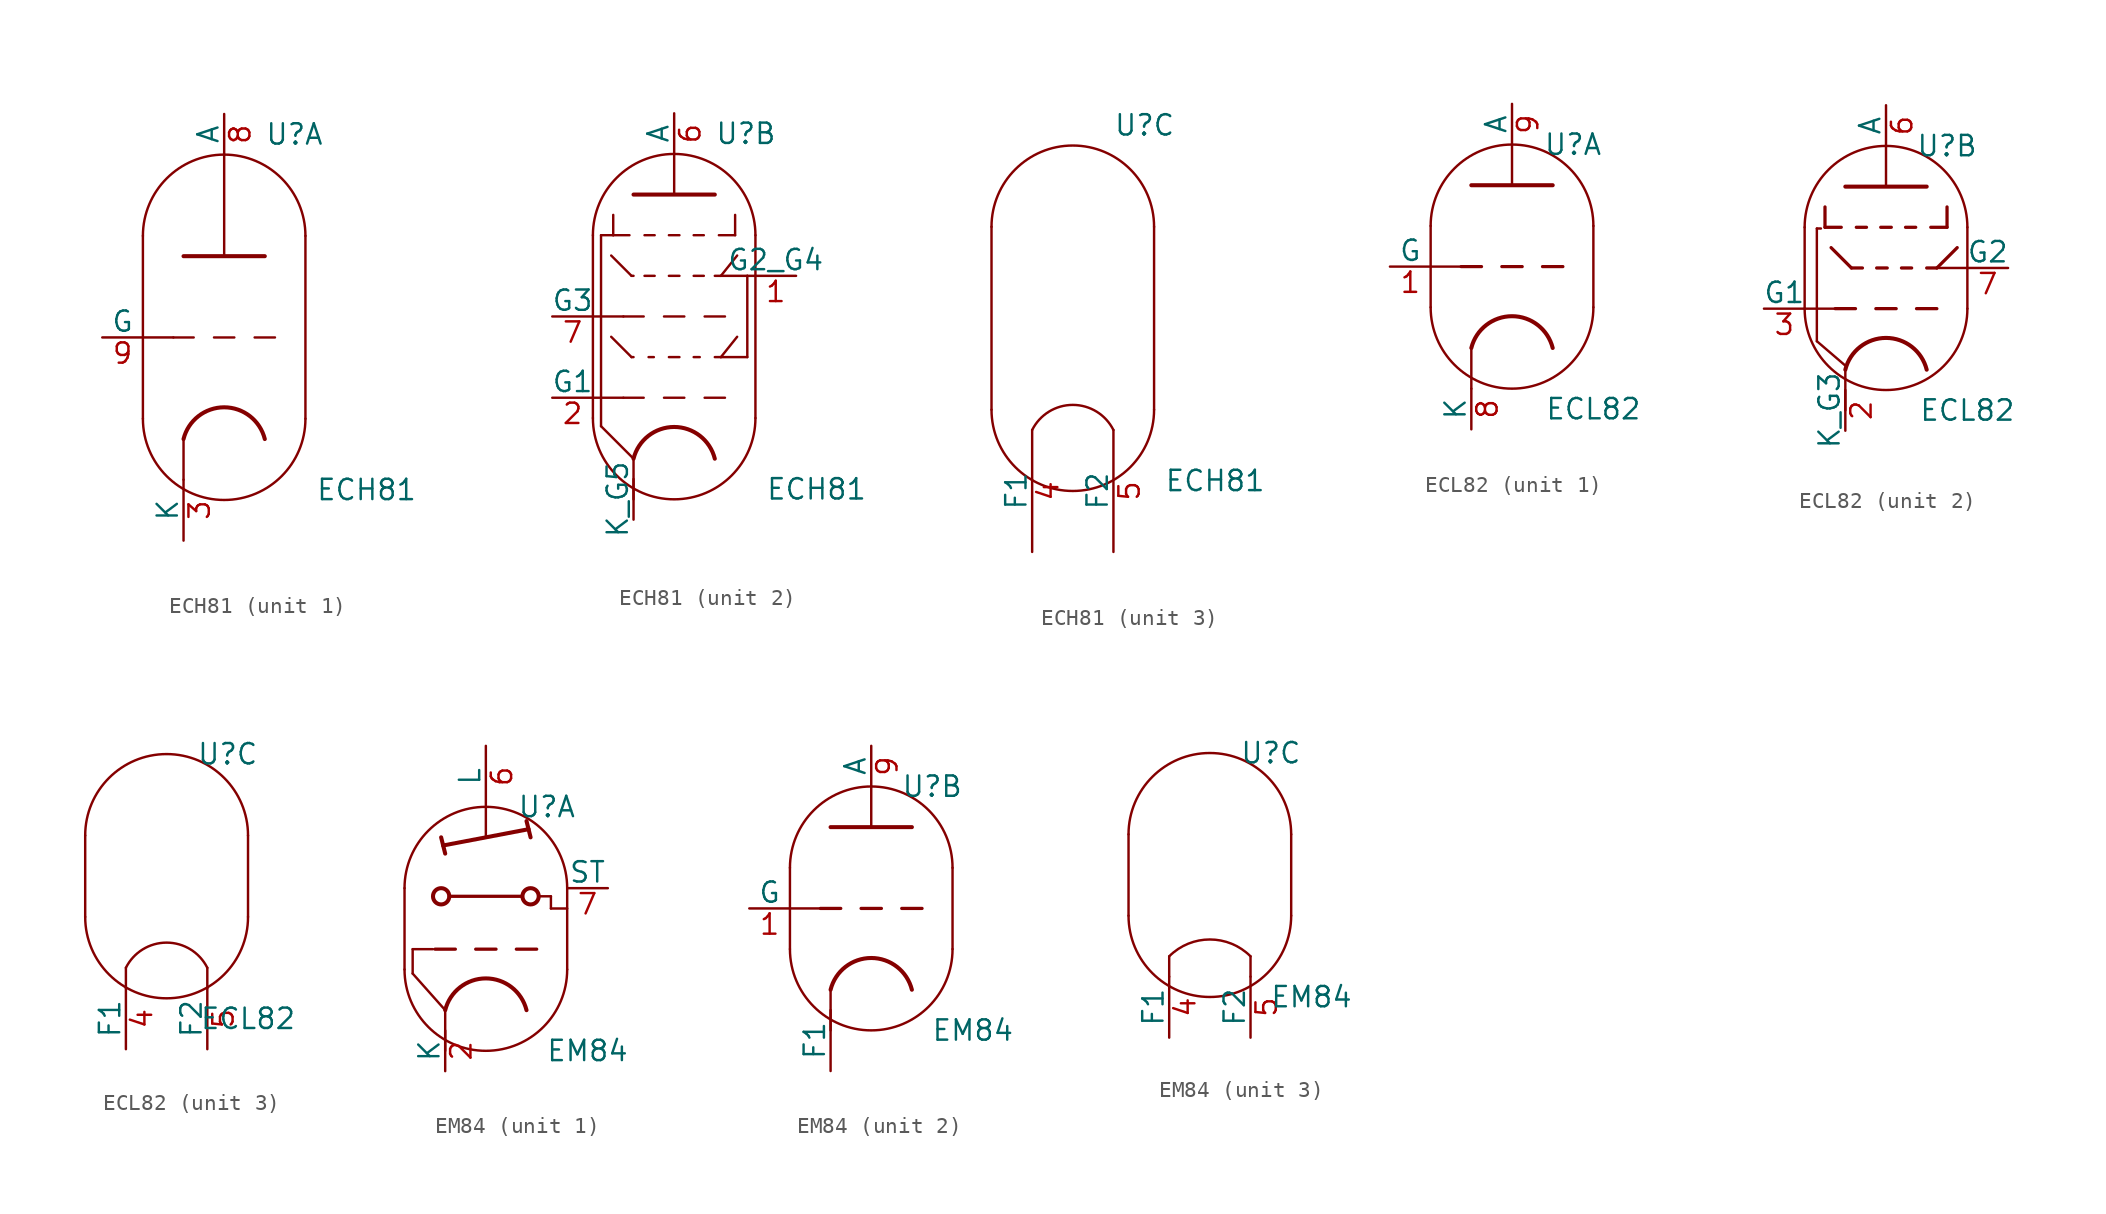
<source format=kicad_sym>
(kicad_symbol_lib
  (version 20201005)
  (generator kicad_symbol_editor)
  (symbol "ECH81"
    (pin_names
      (offset 0))
    (property "Reference" "U"
      (at 2.54 12.7 0)
      (effects (font (size 1.27 1.27)) (justify left)))
    (property "Value" "ECH81"
      (at 5.715 -9.525 0)
      (effects (font (size 1.27 1.27)) (justify left)))
    (property "ki_locked" ""
      (at 0 0 0)
      (effects (font (size 1.27 1.27))))
    (symbol "ECH81_0_1"
      (arc (start -5.08 -5.08) (end 5.08 -5.08) (radius (at 0 -5.08) (length 5.08) (angles -179.9 -0.1)) (stroke (width 0)) (fill (type none)))
      (arc (start 5.08 6.35) (end -5.08 6.35) (radius (at 0 6.35) (length 5.08) (angles 0.1 179.9)) (stroke (width 0)) (fill (type none)))
      (polyline (pts (xy -5.08 6.35) (xy -5.08 -5.08) (xy -5.08 -5.08)) (stroke (width 0)) (fill (type none)))
      (polyline (pts (xy 5.08 6.35) (xy 5.08 -5.08) (xy 5.08 -5.08)) (stroke (width 0)) (fill (type none))))
    (symbol "ECH81_1_0"
      (polyline (pts (xy -2.54 -6.35) (xy -2.54 -8.89)) (stroke (width 0)) (fill (type none))))
    (symbol "ECH81_1_1"
      (arc (start 2.54 -6.35) (end -2.54 -6.35) (radius (at 0 -6.985) (length 2.6162) (angles 14.2 165.9)) (stroke (width 0.254)) (fill (type none)))
      (polyline (pts (xy -5.08 0) (xy -3.175 0)) (stroke (width 0)) (fill (type none)))
      (polyline (pts (xy -1.905 0) (xy -3.175 0)) (stroke (width 0.152)) (fill (type none)))
      (polyline (pts (xy -0.635 0) (xy 0.635 0)) (stroke (width 0.152)) (fill (type none)))
      (polyline (pts (xy 1.905 0) (xy 3.175 0)) (stroke (width 0.152)) (fill (type none)))
      (polyline (pts (xy -2.54 5.08) (xy 2.54 5.08) (xy 2.54 5.08)) (stroke (width 0.254)) (fill (type none)))
      (polyline (pts (xy 0 5.08) (xy 0 11.43) (xy 0 11.43)) (stroke (width 0)) (fill (type none)))
      (pin bidirectional line (at -2.54 -12.7 90) (length 3.81) (name "K" (effects (font (size 1.27 1.27)))) (number "3" (effects (font (size 1.27 1.27)))))
      (pin output line (at 0 13.97 270) (length 2.54) (name "A" (effects (font (size 1.27 1.27)))) (number "8" (effects (font (size 1.27 1.27)))))
      (pin input line (at -7.62 0 0) (length 2.54) (name "G" (effects (font (size 1.27 1.27)))) (number "9" (effects (font (size 1.27 1.27))))))
    (symbol "ECH81_2_0"
      (polyline (pts (xy -5.08 -3.81) (xy -3.175 -3.81)) (stroke (width 0)) (fill (type none)))
      (polyline (pts (xy -5.08 1.27) (xy -3.175 1.27)) (stroke (width 0)) (fill (type none)))
      (polyline (pts (xy -2.54 -7.62) (xy -2.54 -10.16)) (stroke (width 0)) (fill (type none)))
      (polyline (pts (xy 0 8.89) (xy 0 11.43)) (stroke (width 0)) (fill (type none)))
      (polyline (pts (xy 4.572 3.81) (xy 5.08 3.81)) (stroke (width 0)) (fill (type none))))
    (symbol "ECH81_2_1"
      (arc (start 2.54 -7.62) (end -2.54 -7.62) (radius (at 0 -8.255) (length 2.6162) (angles 14.2 165.9)) (stroke (width 0.254)) (fill (type none)))
      (polyline (pts (xy -4.572 -5.588) (xy -2.54 -7.62)) (stroke (width 0.152)) (fill (type none)))
      (polyline (pts (xy -4.572 6.35) (xy -4.572 -5.588)) (stroke (width 0.152)) (fill (type none)))
      (polyline (pts (xy -3.937 0) (xy -2.667 -1.27)) (stroke (width 0.152)) (fill (type none)))
      (polyline (pts (xy -3.937 5.08) (xy -2.667 3.81)) (stroke (width 0.152)) (fill (type none)))
      (polyline (pts (xy -3.81 6.35) (xy -4.572 6.35)) (stroke (width 0.152)) (fill (type none)))
      (polyline (pts (xy -3.81 6.35) (xy -2.794 6.35)) (stroke (width 0.152)) (fill (type none)))
      (polyline (pts (xy -3.81 7.62) (xy -3.81 6.35)) (stroke (width 0.152)) (fill (type none)))
      (polyline (pts (xy -2.667 -1.27) (xy -2.54 -1.27)) (stroke (width 0.152)) (fill (type none)))
      (polyline (pts (xy -2.667 3.81) (xy -2.54 3.81)) (stroke (width 0.152)) (fill (type none)))
      (polyline (pts (xy -1.905 -3.81) (xy -3.175 -3.81)) (stroke (width 0.152)) (fill (type none)))
      (polyline (pts (xy -1.905 1.27) (xy -3.175 1.27)) (stroke (width 0.152)) (fill (type none)))
      (polyline (pts (xy -1.854 3.81) (xy -1.219 3.81)) (stroke (width 0.152)) (fill (type none)))
      (polyline (pts (xy -1.854 6.35) (xy -1.219 6.35)) (stroke (width 0.152)) (fill (type none)))
      (polyline (pts (xy -1.27 -1.27) (xy -1.6 -1.27)) (stroke (width 0.152)) (fill (type none)))
      (polyline (pts (xy -0.635 -3.81) (xy 0.635 -3.81)) (stroke (width 0.152)) (fill (type none)))
      (polyline (pts (xy -0.635 1.27) (xy 0.635 1.27)) (stroke (width 0.152)) (fill (type none)))
      (polyline (pts (xy -0.33 -1.27) (xy 0.33 -1.27)) (stroke (width 0.152)) (fill (type none)))
      (polyline (pts (xy -0.33 3.81) (xy 0.33 3.81)) (stroke (width 0.152)) (fill (type none)))
      (polyline (pts (xy -0.33 6.35) (xy 0.33 6.35)) (stroke (width 0.152)) (fill (type none)))
      (polyline (pts (xy 1.219 -1.27) (xy 1.6 -1.27)) (stroke (width 0.152)) (fill (type none)))
      (polyline (pts (xy 1.219 3.81) (xy 1.854 3.81)) (stroke (width 0.152)) (fill (type none)))
      (polyline (pts (xy 1.219 6.35) (xy 1.854 6.35)) (stroke (width 0.152)) (fill (type none)))
      (polyline (pts (xy 1.905 -3.81) (xy 3.175 -3.81)) (stroke (width 0.152)) (fill (type none)))
      (polyline (pts (xy 1.905 1.27) (xy 3.175 1.27)) (stroke (width 0.152)) (fill (type none)))
      (polyline (pts (xy 2.54 -1.27) (xy 2.921 -1.27)) (stroke (width 0.152)) (fill (type none)))
      (polyline (pts (xy 2.54 3.81) (xy 2.921 3.81)) (stroke (width 0.152)) (fill (type none)))
      (polyline (pts (xy 2.921 3.81) (xy 4.572 3.81)) (stroke (width 0)) (fill (type none)))
      (polyline (pts (xy 3.81 6.35) (xy 2.794 6.35)) (stroke (width 0.152)) (fill (type none)))
      (polyline (pts (xy 3.81 7.62) (xy 3.81 6.35)) (stroke (width 0.152)) (fill (type none)))
      (polyline (pts (xy 3.937 0) (xy 2.921 -1.27)) (stroke (width 0.152)) (fill (type none)))
      (polyline (pts (xy 3.937 5.08) (xy 2.921 3.81)) (stroke (width 0.152)) (fill (type none)))
      (polyline (pts (xy 4.572 -1.27) (xy 2.921 -1.27)) (stroke (width 0)) (fill (type none)))
      (polyline (pts (xy 4.572 3.81) (xy 4.572 -1.27)) (stroke (width 0)) (fill (type none)))
      (polyline (pts (xy -2.54 8.89) (xy 2.54 8.89) (xy 2.54 8.89) (xy 2.54 8.89)) (stroke (width 0.254)) (fill (type none)))
      (pin input line (at 7.62 3.81 180) (length 2.54) (name "G2_G4" (effects (font (size 1.27 1.27)))) (number "1" (effects (font (size 1.27 1.27)))))
      (pin input line (at -7.62 -3.81 0) (length 2.54) (name "G1" (effects (font (size 1.27 1.27)))) (number "2" (effects (font (size 1.27 1.27)))))
      (pin output line (at 0 13.97 270) (length 2.54) (name "A" (effects (font (size 1.27 1.27)))) (number "6" (effects (font (size 1.27 1.27)))))
      (pin input line (at -7.62 1.27 0) (length 2.54) (name "G3" (effects (font (size 1.27 1.27)))) (number "7" (effects (font (size 1.27 1.27)))))
      (pin bidirectional line (at -2.54 -11.43 90) (length 2.54) (name "K_G5" (effects (font (size 1.27 1.27)))) (number "~" (effects (font (size 1.27 1.27))))))
    (symbol "ECH81_3_1"
      (arc (start 2.54 -6.35) (end -2.54 -6.35) (radius (at 0 -7.62) (length 2.8194) (angles 26.5 153.4)) (stroke (width 0)) (fill (type none)))
      (pin power_in line (at -2.54 -13.97 90) (length 7.62) (name "F1" (effects (font (size 1.27 1.27)))) (number "4" (effects (font (size 1.27 1.27)))))
      (pin power_in line (at 2.54 -13.97 90) (length 7.62) (name "F2" (effects (font (size 1.27 1.27)))) (number "5" (effects (font (size 1.27 1.27)))))))
  (symbol "ECL82"
    (pin_names
      (offset 0))
    (property "Reference" "U"
      (at 3.81 7.62 0)
      (effects (font (size 1.27 1.27))))
    (property "Value" "ECL82"
      (at 5.08 -8.89 0)
      (effects (font (size 1.27 1.27))))
    (property "ki_locked" ""
      (at 0 0 0)
      (effects (font (size 1.27 1.27))))
    (symbol "ECL82_0_1"
      (arc (start -5.08 -2.54) (end 5.08 -2.54) (radius (at 0 -2.54) (length 5.08) (angles -179.9 -0.1)) (stroke (width 0)) (fill (type none)))
      (arc (start 5.08 2.54) (end -5.08 2.54) (radius (at 0 2.54) (length 5.08) (angles 0.1 179.9)) (stroke (width 0)) (fill (type none)))
      (polyline (pts (xy 5.08 2.54) (xy 5.08 -2.54)) (stroke (width 0)) (fill (type none)))
      (polyline (pts (xy -5.08 2.54) (xy -5.08 -2.54) (xy -5.08 -2.54) (xy -5.08 -2.54)) (stroke (width 0)) (fill (type none))))
    (symbol "ECL82_1_0"
      (polyline (pts (xy -2.54 -5.08) (xy -2.54 -7.62)) (stroke (width 0)) (fill (type none))))
    (symbol "ECL82_1_1"
      (arc (start 2.54 -5.08) (end -2.54 -5.08) (radius (at 0 -5.715) (length 2.6162) (angles 14.2 165.9)) (stroke (width 0.254)) (fill (type none)))
      (polyline (pts (xy -5.08 0) (xy -3.175 0)) (stroke (width 0)) (fill (type none)))
      (polyline (pts (xy -1.905 0) (xy -3.175 0)) (stroke (width 0.203)) (fill (type none)))
      (polyline (pts (xy -0.635 0) (xy 0.635 0)) (stroke (width 0.203)) (fill (type none)))
      (polyline (pts (xy 0 5.08) (xy 0 7.62)) (stroke (width 0)) (fill (type none)))
      (polyline (pts (xy 1.905 0) (xy 3.175 0)) (stroke (width 0.203)) (fill (type none)))
      (polyline (pts (xy -2.54 5.08) (xy 2.54 5.08) (xy 2.54 5.08)) (stroke (width 0.254)) (fill (type none)))
      (pin input line (at -7.62 0 0) (length 2.54) (name "G" (effects (font (size 1.27 1.27)))) (number "1" (effects (font (size 1.27 1.27)))))
      (pin bidirectional line (at -2.54 -10.16 90) (length 2.54) (name "K" (effects (font (size 1.27 1.27)))) (number "8" (effects (font (size 1.27 1.27)))))
      (pin output line (at 0 10.16 270) (length 2.54) (name "A" (effects (font (size 1.27 1.27)))) (number "9" (effects (font (size 1.27 1.27))))))
    (symbol "ECL82_2_0"
      (polyline (pts (xy -2.54 -6.35) (xy -2.54 -8.89)) (stroke (width 0)) (fill (type none)))
      (polyline (pts (xy 0 5.08) (xy 0 7.62)) (stroke (width 0)) (fill (type none)))
      (polyline (pts (xy 2.54 0) (xy 3.175 0)) (stroke (width 0.203)) (fill (type none)))
      (polyline (pts (xy 4.445 1.27) (xy 3.175 0)) (stroke (width 0.203)) (fill (type none))))
    (symbol "ECL82_2_1"
      (arc (start 2.54 -6.35) (end -2.54 -6.35) (radius (at 0 -6.985) (length 2.6162) (angles 14.2 165.9)) (stroke (width 0.254)) (fill (type none)))
      (polyline (pts (xy -5.08 -2.54) (xy -3.175 -2.54)) (stroke (width 0)) (fill (type none)))
      (polyline (pts (xy -4.318 -4.572) (xy -4.318 2.464)) (stroke (width 0.152)) (fill (type none)))
      (polyline (pts (xy -4.318 -4.572) (xy -2.54 -6.096)) (stroke (width 0.152)) (fill (type none)))
      (polyline (pts (xy -4.064 2.464) (xy -4.318 2.464)) (stroke (width 0.152)) (fill (type none)))
      (polyline (pts (xy -3.81 2.54) (xy -2.794 2.54)) (stroke (width 0.203)) (fill (type none)))
      (polyline (pts (xy -3.81 3.81) (xy -3.81 2.54)) (stroke (width 0.203)) (fill (type none)))
      (polyline (pts (xy -3.429 1.27) (xy -2.159 0)) (stroke (width 0.203)) (fill (type none)))
      (polyline (pts (xy -2.159 0) (xy -1.473 0)) (stroke (width 0.203)) (fill (type none)))
      (polyline (pts (xy -1.905 -2.54) (xy -3.175 -2.54)) (stroke (width 0.203)) (fill (type none)))
      (polyline (pts (xy -1.854 2.54) (xy -1.219 2.54)) (stroke (width 0.203)) (fill (type none)))
      (polyline (pts (xy -0.635 -2.54) (xy 0.635 -2.54)) (stroke (width 0.203)) (fill (type none)))
      (polyline (pts (xy -0.584 0) (xy 0.076 0)) (stroke (width 0.203)) (fill (type none)))
      (polyline (pts (xy -0.33 2.54) (xy 0.33 2.54)) (stroke (width 0.203)) (fill (type none)))
      (polyline (pts (xy 0.965 0) (xy 1.6 0)) (stroke (width 0.203)) (fill (type none)))
      (polyline (pts (xy 1.219 2.54) (xy 1.854 2.54)) (stroke (width 0.203)) (fill (type none)))
      (polyline (pts (xy 1.905 -2.54) (xy 3.175 -2.54)) (stroke (width 0.203)) (fill (type none)))
      (polyline (pts (xy 3.175 0) (xy 5.08 0)) (stroke (width 0)) (fill (type none)))
      (polyline (pts (xy 3.81 2.54) (xy 2.794 2.54)) (stroke (width 0.203)) (fill (type none)))
      (polyline (pts (xy 3.81 3.81) (xy 3.81 2.54)) (stroke (width 0.203)) (fill (type none)))
      (polyline (pts (xy -2.54 5.08) (xy 2.54 5.08) (xy 2.54 5.08)) (stroke (width 0.254)) (fill (type none)))
      (pin bidirectional line (at -2.54 -10.16 90) (length 2.54) (name "K_G3" (effects (font (size 1.27 1.27)))) (number "2" (effects (font (size 1.27 1.27)))))
      (pin input line (at -7.62 -2.54 0) (length 2.54) (name "G1" (effects (font (size 1.27 1.27)))) (number "3" (effects (font (size 1.27 1.27)))))
      (pin output line (at 0 10.16 270) (length 2.54) (name "A" (effects (font (size 1.27 1.27)))) (number "6" (effects (font (size 1.27 1.27)))))
      (pin input line (at 7.62 0 180) (length 2.54) (name "G2" (effects (font (size 1.27 1.27)))) (number "7" (effects (font (size 1.27 1.27))))))
    (symbol "ECL82_3_1"
      (arc (start 2.54 -5.715) (end -2.54 -5.715) (radius (at 0 -6.985) (length 2.8194) (angles 26.5 153.4)) (stroke (width 0)) (fill (type none)))
      (polyline (pts (xy -2.54 -6.985) (xy -2.54 -5.715) (xy -2.54 -5.715)) (stroke (width 0)) (fill (type none)))
      (polyline (pts (xy 2.54 -6.985) (xy 2.54 -5.715) (xy 2.54 -5.715) (xy 2.54 -5.715)) (stroke (width 0)) (fill (type none)))
      (pin power_in line (at -2.54 -10.795 90) (length 3.81) (name "F1" (effects (font (size 1.27 1.27)))) (number "4" (effects (font (size 1.27 1.27)))))
      (pin power_in line (at 2.54 -10.795 90) (length 3.81) (name "F2" (effects (font (size 1.27 1.27)))) (number "5" (effects (font (size 1.27 1.27)))))))
  (symbol "EM84"
    (pin_names
      (offset 0))
    (property "Reference" "U"
      (at 3.81 7.62 0)
      (effects (font (size 1.27 1.27))))
    (property "Value" "EM84"
      (at 6.35 -7.62 0)
      (effects (font (size 1.27 1.27))))
    (property "ki_locked" ""
      (at 0 0 0)
      (effects (font (size 1.27 1.27))))
    (symbol "EM84_0_1"
      (arc (start -5.08 -2.54) (end 5.08 -2.54) (radius (at 0 -2.54) (length 5.08) (angles -179.9 -0.1)) (stroke (width 0)) (fill (type none)))
      (arc (start 5.08 2.54) (end -5.08 2.54) (radius (at 0 2.54) (length 5.08) (angles 0.1 179.9)) (stroke (width 0)) (fill (type none)))
      (polyline (pts (xy 5.08 2.54) (xy 5.08 -2.54)) (stroke (width 0)) (fill (type none)))
      (polyline (pts (xy -5.08 2.54) (xy -5.08 -2.54) (xy -5.08 -2.54)) (stroke (width 0)) (fill (type none))))
    (symbol "EM84_1_0"
      (polyline (pts (xy -2.54 -5.08) (xy -2.54 -7.62)) (stroke (width 0)) (fill (type none))))
    (symbol "EM84_1_1"
      (arc (start 2.54 -5.08) (end -2.54 -5.08) (radius (at 0 -5.715) (length 2.6162) (angles 14.2 165.9)) (stroke (width 0.254)) (fill (type none)))
      (circle (center -2.794 2.032) (radius 0.508) (stroke (width 0.254)) (fill (type none)))
      (circle (center 2.794 2.032) (radius 0.508) (stroke (width 0.254)) (fill (type none)))
      (polyline (pts (xy -4.572 -2.794) (xy -2.54 -5.08)) (stroke (width 0)) (fill (type none)))
      (polyline (pts (xy -4.572 -1.27) (xy -4.572 -2.794)) (stroke (width 0)) (fill (type none)))
      (polyline (pts (xy -3.302 -1.27) (xy -4.572 -1.27)) (stroke (width 0)) (fill (type none)))
      (polyline (pts (xy -2.794 5.715) (xy -2.54 4.699)) (stroke (width 0.254)) (fill (type none)))
      (polyline (pts (xy -2.286 2.032) (xy 2.286 2.032)) (stroke (width 0.203)) (fill (type none)))
      (polyline (pts (xy -1.905 -1.27) (xy -3.175 -1.27)) (stroke (width 0.203)) (fill (type none)))
      (polyline (pts (xy -0.635 -1.27) (xy 0.635 -1.27)) (stroke (width 0.203)) (fill (type none)))
      (polyline (pts (xy 1.905 -1.27) (xy 3.175 -1.27)) (stroke (width 0.203)) (fill (type none)))
      (polyline (pts (xy 2.54 6.731) (xy 2.794 5.715)) (stroke (width 0.254)) (fill (type none)))
      (polyline (pts (xy 3.302 2.032) (xy 4.064 2.032)) (stroke (width 0)) (fill (type none)))
      (polyline (pts (xy 4.064 1.27) (xy 5.08 1.27)) (stroke (width 0)) (fill (type none)))
      (polyline (pts (xy 4.064 2.032) (xy 4.064 1.27)) (stroke (width 0)) (fill (type none)))
      (polyline (pts (xy -2.667 5.207) (xy 2.667 6.223) (xy 2.667 6.223)) (stroke (width 0.254)) (fill (type none)))
      (polyline (pts (xy 0 7.62) (xy 0 5.715) (xy 0 5.715)) (stroke (width 0)) (fill (type none)))
      (pin bidirectional line (at -2.54 -8.89 90) (length 2.54) (name "K" (effects (font (size 1.27 1.27)))) (number "2" (effects (font (size 1.27 1.27)))))
      (pin output line (at 0 11.43 270) (length 3.81) (name "L" (effects (font (size 1.27 1.27)))) (number "6" (effects (font (size 1.27 1.27)))))
      (pin input line (at 7.62 2.54 180) (length 2.54) (name "ST" (effects (font (size 1.27 1.27)))) (number "7" (effects (font (size 1.27 1.27))))))
    (symbol "EM84_2_0"
      (polyline (pts (xy -2.54 -5.08) (xy -2.54 -7.62)) (stroke (width 0)) (fill (type none)))
      (polyline (pts (xy -0.635 0) (xy 0.635 0)) (stroke (width 0.203)) (fill (type none)))
      (polyline (pts (xy 1.905 0) (xy 3.175 0)) (stroke (width 0.203)) (fill (type none))))
    (symbol "EM84_2_1"
      (arc (start 2.54 -5.08) (end -2.54 -5.08) (radius (at 0 -5.715) (length 2.6162) (angles 14.2 165.9)) (stroke (width 0.254)) (fill (type none)))
      (polyline (pts (xy -5.08 0) (xy -3.175 0)) (stroke (width 0)) (fill (type none)))
      (polyline (pts (xy -1.905 0) (xy -3.175 0)) (stroke (width 0.203)) (fill (type none)))
      (polyline (pts (xy 0 5.08) (xy 0 7.62)) (stroke (width 0)) (fill (type none)))
      (polyline (pts (xy 1.778 5.08) (xy 1.778 5.08)) (stroke (width 0)) (fill (type none)))
      (polyline (pts (xy -2.54 5.08) (xy 2.54 5.08) (xy 2.54 5.08)) (stroke (width 0.254)) (fill (type none)))
      (pin input line (at -7.62 0 0) (length 2.54) (name "G" (effects (font (size 1.27 1.27)))) (number "1" (effects (font (size 1.27 1.27)))))
      (pin output line (at 0 10.16 270) (length 2.54) (name "A" (effects (font (size 1.27 1.27)))) (number "9" (effects (font (size 1.27 1.27)))))
      (pin power_in line (at -2.54 -10.16 90) (length 3.81) (name "F1" (effects (font (size 1.27 1.27)))) (number "~" (effects (font (size 1.27 1.27))))))
    (symbol "EM84_3_1"
      (arc (start 2.54 -5.08) (end -2.54 -5.08) (radius (at 0 -7.62) (length 3.5814) (angles 45 135)) (stroke (width 0)) (fill (type none)))
      (polyline (pts (xy -2.54 -5.08) (xy -2.54 -6.35) (xy -2.54 -6.35)) (stroke (width 0)) (fill (type none)))
      (polyline (pts (xy 2.54 -5.08) (xy 2.54 -6.35) (xy 2.54 -6.35)) (stroke (width 0)) (fill (type none)))
      (pin power_in line (at -2.54 -10.16 90) (length 3.81) (name "F1" (effects (font (size 1.27 1.27)))) (number "4" (effects (font (size 1.27 1.27)))))
      (pin power_in line (at 2.54 -10.16 90) (length 3.81) (name "F2" (effects (font (size 1.27 1.27)))) (number "5" (effects (font (size 1.27 1.27))))))))
</source>
